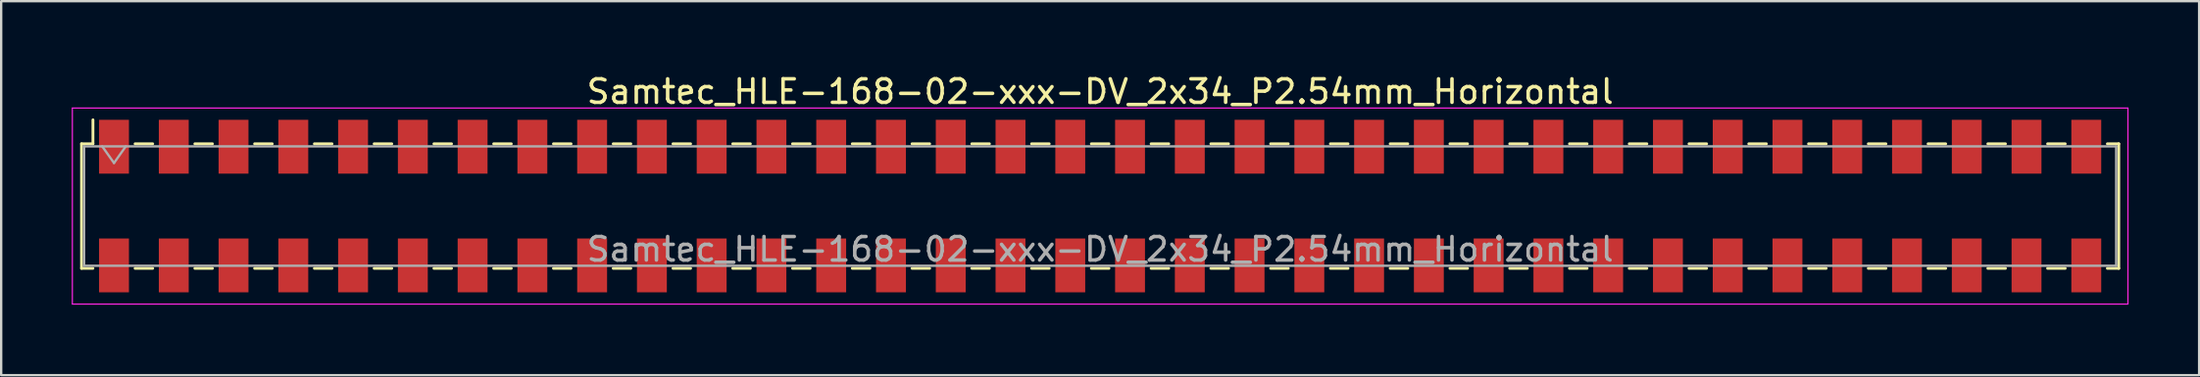
<source format=kicad_pcb>
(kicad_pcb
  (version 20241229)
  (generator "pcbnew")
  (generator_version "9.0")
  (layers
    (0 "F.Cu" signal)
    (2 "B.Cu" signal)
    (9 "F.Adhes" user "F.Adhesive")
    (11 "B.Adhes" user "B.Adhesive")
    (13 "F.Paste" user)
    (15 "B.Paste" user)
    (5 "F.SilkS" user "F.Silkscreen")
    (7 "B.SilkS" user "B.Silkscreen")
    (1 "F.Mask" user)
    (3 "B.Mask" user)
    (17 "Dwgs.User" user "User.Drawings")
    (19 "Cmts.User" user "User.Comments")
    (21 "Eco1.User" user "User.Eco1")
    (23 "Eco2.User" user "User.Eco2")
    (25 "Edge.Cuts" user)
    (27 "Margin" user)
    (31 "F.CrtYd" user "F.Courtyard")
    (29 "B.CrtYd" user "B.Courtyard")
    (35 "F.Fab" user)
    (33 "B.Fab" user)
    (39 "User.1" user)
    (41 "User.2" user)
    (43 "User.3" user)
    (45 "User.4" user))
  (footprint "Samtec_HLE-168-02-xxx-DV_2x34_P2.54mm_Horizontal"
    (layer "F.Cu")
    (at 43.705 5.718)
    (property "Reference" "Samtec_HLE-168-02-xxx-DV_2x34_P2.54mm_Horizontal" (at 0 -4.87 0) (layer "F.SilkS") (effects (font (size 1 1) (thickness 0.15))))
    (attr smd)
    (fp_line (start -43.29 -2.65) (end -43.29 2.65) (stroke (width 0.12) (type solid)) (layer "F.SilkS"))
    (fp_line (start -43.29 2.65) (end -42.805 2.65) (stroke (width 0.12) (type solid)) (layer "F.SilkS"))
    (fp_line (start -42.805 -3.67) (end -42.805 -2.65) (stroke (width 0.12) (type solid)) (layer "F.SilkS"))
    (fp_line (start -42.805 -2.65) (end -43.29 -2.65) (stroke (width 0.12) (type solid)) (layer "F.SilkS"))
    (fp_line (start -41.015 -2.65) (end -40.265 -2.65) (stroke (width 0.12) (type solid)) (layer "F.SilkS"))
    (fp_line (start -41.015 2.65) (end -40.265 2.65) (stroke (width 0.12) (type solid)) (layer "F.SilkS"))
    (fp_line (start -38.475 -2.65) (end -37.725 -2.65) (stroke (width 0.12) (type solid)) (layer "F.SilkS"))
    (fp_line (start -38.475 2.65) (end -37.725 2.65) (stroke (width 0.12) (type solid)) (layer "F.SilkS"))
    (fp_line (start -35.935 -2.65) (end -35.185 -2.65) (stroke (width 0.12) (type solid)) (layer "F.SilkS"))
    (fp_line (start -35.935 2.65) (end -35.185 2.65) (stroke (width 0.12) (type solid)) (layer "F.SilkS"))
    (fp_line (start -33.395 -2.65) (end -32.645 -2.65) (stroke (width 0.12) (type solid)) (layer "F.SilkS"))
    (fp_line (start -33.395 2.65) (end -32.645 2.65) (stroke (width 0.12) (type solid)) (layer "F.SilkS"))
    (fp_line (start -30.855 -2.65) (end -30.105 -2.65) (stroke (width 0.12) (type solid)) (layer "F.SilkS"))
    (fp_line (start -30.855 2.65) (end -30.105 2.65) (stroke (width 0.12) (type solid)) (layer "F.SilkS"))
    (fp_line (start -28.315 -2.65) (end -27.565 -2.65) (stroke (width 0.12) (type solid)) (layer "F.SilkS"))
    (fp_line (start -28.315 2.65) (end -27.565 2.65) (stroke (width 0.12) (type solid)) (layer "F.SilkS"))
    (fp_line (start -25.775 -2.65) (end -25.025 -2.65) (stroke (width 0.12) (type solid)) (layer "F.SilkS"))
    (fp_line (start -25.775 2.65) (end -25.025 2.65) (stroke (width 0.12) (type solid)) (layer "F.SilkS"))
    (fp_line (start -23.235 -2.65) (end -22.485 -2.65) (stroke (width 0.12) (type solid)) (layer "F.SilkS"))
    (fp_line (start -23.235 2.65) (end -22.485 2.65) (stroke (width 0.12) (type solid)) (layer "F.SilkS"))
    (fp_line (start -20.695 -2.65) (end -19.945 -2.65) (stroke (width 0.12) (type solid)) (layer "F.SilkS"))
    (fp_line (start -20.695 2.65) (end -19.945 2.65) (stroke (width 0.12) (type solid)) (layer "F.SilkS"))
    (fp_line (start -18.155 -2.65) (end -17.405 -2.65) (stroke (width 0.12) (type solid)) (layer "F.SilkS"))
    (fp_line (start -18.155 2.65) (end -17.405 2.65) (stroke (width 0.12) (type solid)) (layer "F.SilkS"))
    (fp_line (start -15.615 -2.65) (end -14.865 -2.65) (stroke (width 0.12) (type solid)) (layer "F.SilkS"))
    (fp_line (start -15.615 2.65) (end -14.865 2.65) (stroke (width 0.12) (type solid)) (layer "F.SilkS"))
    (fp_line (start -13.075 -2.65) (end -12.325 -2.65) (stroke (width 0.12) (type solid)) (layer "F.SilkS"))
    (fp_line (start -13.075 2.65) (end -12.325 2.65) (stroke (width 0.12) (type solid)) (layer "F.SilkS"))
    (fp_line (start -10.535 -2.65) (end -9.785 -2.65) (stroke (width 0.12) (type solid)) (layer "F.SilkS"))
    (fp_line (start -10.535 2.65) (end -9.785 2.65) (stroke (width 0.12) (type solid)) (layer "F.SilkS"))
    (fp_line (start -7.995 -2.65) (end -7.245 -2.65) (stroke (width 0.12) (type solid)) (layer "F.SilkS"))
    (fp_line (start -7.995 2.65) (end -7.245 2.65) (stroke (width 0.12) (type solid)) (layer "F.SilkS"))
    (fp_line (start -5.455 -2.65) (end -4.705 -2.65) (stroke (width 0.12) (type solid)) (layer "F.SilkS"))
    (fp_line (start -5.455 2.65) (end -4.705 2.65) (stroke (width 0.12) (type solid)) (layer "F.SilkS"))
    (fp_line (start -2.915 -2.65) (end -2.165 -2.65) (stroke (width 0.12) (type solid)) (layer "F.SilkS"))
    (fp_line (start -2.915 2.65) (end -2.165 2.65) (stroke (width 0.12) (type solid)) (layer "F.SilkS"))
    (fp_line (start -0.375 -2.65) (end 0.375 -2.65) (stroke (width 0.12) (type solid)) (layer "F.SilkS"))
    (fp_line (start -0.375 2.65) (end 0.375 2.65) (stroke (width 0.12) (type solid)) (layer "F.SilkS"))
    (fp_line (start 2.165 -2.65) (end 2.915 -2.65) (stroke (width 0.12) (type solid)) (layer "F.SilkS"))
    (fp_line (start 2.165 2.65) (end 2.915 2.65) (stroke (width 0.12) (type solid)) (layer "F.SilkS"))
    (fp_line (start 4.705 -2.65) (end 5.455 -2.65) (stroke (width 0.12) (type solid)) (layer "F.SilkS"))
    (fp_line (start 4.705 2.65) (end 5.455 2.65) (stroke (width 0.12) (type solid)) (layer "F.SilkS"))
    (fp_line (start 7.245 -2.65) (end 7.995 -2.65) (stroke (width 0.12) (type solid)) (layer "F.SilkS"))
    (fp_line (start 7.245 2.65) (end 7.995 2.65) (stroke (width 0.12) (type solid)) (layer "F.SilkS"))
    (fp_line (start 9.785 -2.65) (end 10.535 -2.65) (stroke (width 0.12) (type solid)) (layer "F.SilkS"))
    (fp_line (start 9.785 2.65) (end 10.535 2.65) (stroke (width 0.12) (type solid)) (layer "F.SilkS"))
    (fp_line (start 12.325 -2.65) (end 13.075 -2.65) (stroke (width 0.12) (type solid)) (layer "F.SilkS"))
    (fp_line (start 12.325 2.65) (end 13.075 2.65) (stroke (width 0.12) (type solid)) (layer "F.SilkS"))
    (fp_line (start 14.865 -2.65) (end 15.615 -2.65) (stroke (width 0.12) (type solid)) (layer "F.SilkS"))
    (fp_line (start 14.865 2.65) (end 15.615 2.65) (stroke (width 0.12) (type solid)) (layer "F.SilkS"))
    (fp_line (start 17.405 -2.65) (end 18.155 -2.65) (stroke (width 0.12) (type solid)) (layer "F.SilkS"))
    (fp_line (start 17.405 2.65) (end 18.155 2.65) (stroke (width 0.12) (type solid)) (layer "F.SilkS"))
    (fp_line (start 19.945 -2.65) (end 20.695 -2.65) (stroke (width 0.12) (type solid)) (layer "F.SilkS"))
    (fp_line (start 19.945 2.65) (end 20.695 2.65) (stroke (width 0.12) (type solid)) (layer "F.SilkS"))
    (fp_line (start 22.485 -2.65) (end 23.235 -2.65) (stroke (width 0.12) (type solid)) (layer "F.SilkS"))
    (fp_line (start 22.485 2.65) (end 23.235 2.65) (stroke (width 0.12) (type solid)) (layer "F.SilkS"))
    (fp_line (start 25.025 -2.65) (end 25.775 -2.65) (stroke (width 0.12) (type solid)) (layer "F.SilkS"))
    (fp_line (start 25.025 2.65) (end 25.775 2.65) (stroke (width 0.12) (type solid)) (layer "F.SilkS"))
    (fp_line (start 27.565 -2.65) (end 28.315 -2.65) (stroke (width 0.12) (type solid)) (layer "F.SilkS"))
    (fp_line (start 27.565 2.65) (end 28.315 2.65) (stroke (width 0.12) (type solid)) (layer "F.SilkS"))
    (fp_line (start 30.105 -2.65) (end 30.855 -2.65) (stroke (width 0.12) (type solid)) (layer "F.SilkS"))
    (fp_line (start 30.105 2.65) (end 30.855 2.65) (stroke (width 0.12) (type solid)) (layer "F.SilkS"))
    (fp_line (start 32.645 -2.65) (end 33.395 -2.65) (stroke (width 0.12) (type solid)) (layer "F.SilkS"))
    (fp_line (start 32.645 2.65) (end 33.395 2.65) (stroke (width 0.12) (type solid)) (layer "F.SilkS"))
    (fp_line (start 35.185 -2.65) (end 35.935 -2.65) (stroke (width 0.12) (type solid)) (layer "F.SilkS"))
    (fp_line (start 35.185 2.65) (end 35.935 2.65) (stroke (width 0.12) (type solid)) (layer "F.SilkS"))
    (fp_line (start 37.725 -2.65) (end 38.475 -2.65) (stroke (width 0.12) (type solid)) (layer "F.SilkS"))
    (fp_line (start 37.725 2.65) (end 38.475 2.65) (stroke (width 0.12) (type solid)) (layer "F.SilkS"))
    (fp_line (start 40.265 -2.65) (end 41.015 -2.65) (stroke (width 0.12) (type solid)) (layer "F.SilkS"))
    (fp_line (start 40.265 2.65) (end 41.015 2.65) (stroke (width 0.12) (type solid)) (layer "F.SilkS"))
    (fp_line (start 42.805 -2.65) (end 43.29 -2.65) (stroke (width 0.12) (type solid)) (layer "F.SilkS"))
    (fp_line (start 43.29 -2.65) (end 43.29 2.65) (stroke (width 0.12) (type solid)) (layer "F.SilkS"))
    (fp_line (start 43.29 2.65) (end 42.805 2.65) (stroke (width 0.12) (type solid)) (layer "F.SilkS"))
    (fp_line (start -43.68 -4.17) (end 43.68 -4.17) (stroke (width 0.05) (type solid)) (layer "F.CrtYd"))
    (fp_line (start -43.68 4.17) (end -43.68 -4.17) (stroke (width 0.05) (type solid)) (layer "F.CrtYd"))
    (fp_line (start 43.68 -4.17) (end 43.68 4.17) (stroke (width 0.05) (type solid)) (layer "F.CrtYd"))
    (fp_line (start 43.68 4.17) (end -43.68 4.17) (stroke (width 0.05) (type solid)) (layer "F.CrtYd"))
    (fp_line (start -43.18 -2.54) (end 43.18 -2.54) (stroke (width 0.1) (type solid)) (layer "F.Fab"))
    (fp_line (start -43.18 2.54) (end -43.18 -2.54) (stroke (width 0.1) (type solid)) (layer "F.Fab"))
    (fp_line (start -42.41 -2.54) (end -41.91 -1.833) (stroke (width 0.1) (type solid)) (layer "F.Fab"))
    (fp_line (start -41.91 -1.833) (end -41.41 -2.54) (stroke (width 0.1) (type solid)) (layer "F.Fab"))
    (fp_line (start 43.18 -2.54) (end 43.18 2.54) (stroke (width 0.1) (type solid)) (layer "F.Fab"))
    (fp_line (start 43.18 2.54) (end -43.18 2.54) (stroke (width 0.1) (type solid)) (layer "F.Fab"))
    (fp_text user "${REFERENCE}" (at 0 1.84 0) (layer "F.Fab") (effects (font (size 1 1) (thickness 0.15))))
    (pad "1" smd rect (at -41.91 -2.525) (size 1.27 2.29) (layers "F.Cu" "F.Mask" "F.Paste"))
    (pad "2" smd rect (at -41.91 2.525) (size 1.27 2.29) (layers "F.Cu" "F.Mask" "F.Paste"))
    (pad "3" smd rect (at -39.37 -2.525) (size 1.27 2.29) (layers "F.Cu" "F.Mask" "F.Paste"))
    (pad "4" smd rect (at -39.37 2.525) (size 1.27 2.29) (layers "F.Cu" "F.Mask" "F.Paste"))
    (pad "5" smd rect (at -36.83 -2.525) (size 1.27 2.29) (layers "F.Cu" "F.Mask" "F.Paste"))
    (pad "6" smd rect (at -36.83 2.525) (size 1.27 2.29) (layers "F.Cu" "F.Mask" "F.Paste"))
    (pad "7" smd rect (at -34.29 -2.525) (size 1.27 2.29) (layers "F.Cu" "F.Mask" "F.Paste"))
    (pad "8" smd rect (at -34.29 2.525) (size 1.27 2.29) (layers "F.Cu" "F.Mask" "F.Paste"))
    (pad "9" smd rect (at -31.75 -2.525) (size 1.27 2.29) (layers "F.Cu" "F.Mask" "F.Paste"))
    (pad "10" smd rect (at -31.75 2.525) (size 1.27 2.29) (layers "F.Cu" "F.Mask" "F.Paste"))
    (pad "11" smd rect (at -29.21 -2.525) (size 1.27 2.29) (layers "F.Cu" "F.Mask" "F.Paste"))
    (pad "12" smd rect (at -29.21 2.525) (size 1.27 2.29) (layers "F.Cu" "F.Mask" "F.Paste"))
    (pad "13" smd rect (at -26.67 -2.525) (size 1.27 2.29) (layers "F.Cu" "F.Mask" "F.Paste"))
    (pad "14" smd rect (at -26.67 2.525) (size 1.27 2.29) (layers "F.Cu" "F.Mask" "F.Paste"))
    (pad "15" smd rect (at -24.13 -2.525) (size 1.27 2.29) (layers "F.Cu" "F.Mask" "F.Paste"))
    (pad "16" smd rect (at -24.13 2.525) (size 1.27 2.29) (layers "F.Cu" "F.Mask" "F.Paste"))
    (pad "17" smd rect (at -21.59 -2.525) (size 1.27 2.29) (layers "F.Cu" "F.Mask" "F.Paste"))
    (pad "18" smd rect (at -21.59 2.525) (size 1.27 2.29) (layers "F.Cu" "F.Mask" "F.Paste"))
    (pad "19" smd rect (at -19.05 -2.525) (size 1.27 2.29) (layers "F.Cu" "F.Mask" "F.Paste"))
    (pad "20" smd rect (at -19.05 2.525) (size 1.27 2.29) (layers "F.Cu" "F.Mask" "F.Paste"))
    (pad "21" smd rect (at -16.51 -2.525) (size 1.27 2.29) (layers "F.Cu" "F.Mask" "F.Paste"))
    (pad "22" smd rect (at -16.51 2.525) (size 1.27 2.29) (layers "F.Cu" "F.Mask" "F.Paste"))
    (pad "23" smd rect (at -13.97 -2.525) (size 1.27 2.29) (layers "F.Cu" "F.Mask" "F.Paste"))
    (pad "24" smd rect (at -13.97 2.525) (size 1.27 2.29) (layers "F.Cu" "F.Mask" "F.Paste"))
    (pad "25" smd rect (at -11.43 -2.525) (size 1.27 2.29) (layers "F.Cu" "F.Mask" "F.Paste"))
    (pad "26" smd rect (at -11.43 2.525) (size 1.27 2.29) (layers "F.Cu" "F.Mask" "F.Paste"))
    (pad "27" smd rect (at -8.89 -2.525) (size 1.27 2.29) (layers "F.Cu" "F.Mask" "F.Paste"))
    (pad "28" smd rect (at -8.89 2.525) (size 1.27 2.29) (layers "F.Cu" "F.Mask" "F.Paste"))
    (pad "29" smd rect (at -6.35 -2.525) (size 1.27 2.29) (layers "F.Cu" "F.Mask" "F.Paste"))
    (pad "30" smd rect (at -6.35 2.525) (size 1.27 2.29) (layers "F.Cu" "F.Mask" "F.Paste"))
    (pad "31" smd rect (at -3.81 -2.525) (size 1.27 2.29) (layers "F.Cu" "F.Mask" "F.Paste"))
    (pad "32" smd rect (at -3.81 2.525) (size 1.27 2.29) (layers "F.Cu" "F.Mask" "F.Paste"))
    (pad "33" smd rect (at -1.27 -2.525) (size 1.27 2.29) (layers "F.Cu" "F.Mask" "F.Paste"))
    (pad "34" smd rect (at -1.27 2.525) (size 1.27 2.29) (layers "F.Cu" "F.Mask" "F.Paste"))
    (pad "35" smd rect (at 1.27 -2.525) (size 1.27 2.29) (layers "F.Cu" "F.Mask" "F.Paste"))
    (pad "36" smd rect (at 1.27 2.525) (size 1.27 2.29) (layers "F.Cu" "F.Mask" "F.Paste"))
    (pad "37" smd rect (at 3.81 -2.525) (size 1.27 2.29) (layers "F.Cu" "F.Mask" "F.Paste"))
    (pad "38" smd rect (at 3.81 2.525) (size 1.27 2.29) (layers "F.Cu" "F.Mask" "F.Paste"))
    (pad "39" smd rect (at 6.35 -2.525) (size 1.27 2.29) (layers "F.Cu" "F.Mask" "F.Paste"))
    (pad "40" smd rect (at 6.35 2.525) (size 1.27 2.29) (layers "F.Cu" "F.Mask" "F.Paste"))
    (pad "41" smd rect (at 8.89 -2.525) (size 1.27 2.29) (layers "F.Cu" "F.Mask" "F.Paste"))
    (pad "42" smd rect (at 8.89 2.525) (size 1.27 2.29) (layers "F.Cu" "F.Mask" "F.Paste"))
    (pad "43" smd rect (at 11.43 -2.525) (size 1.27 2.29) (layers "F.Cu" "F.Mask" "F.Paste"))
    (pad "44" smd rect (at 11.43 2.525) (size 1.27 2.29) (layers "F.Cu" "F.Mask" "F.Paste"))
    (pad "45" smd rect (at 13.97 -2.525) (size 1.27 2.29) (layers "F.Cu" "F.Mask" "F.Paste"))
    (pad "46" smd rect (at 13.97 2.525) (size 1.27 2.29) (layers "F.Cu" "F.Mask" "F.Paste"))
    (pad "47" smd rect (at 16.51 -2.525) (size 1.27 2.29) (layers "F.Cu" "F.Mask" "F.Paste"))
    (pad "48" smd rect (at 16.51 2.525) (size 1.27 2.29) (layers "F.Cu" "F.Mask" "F.Paste"))
    (pad "49" smd rect (at 19.05 -2.525) (size 1.27 2.29) (layers "F.Cu" "F.Mask" "F.Paste"))
    (pad "50" smd rect (at 19.05 2.525) (size 1.27 2.29) (layers "F.Cu" "F.Mask" "F.Paste"))
    (pad "51" smd rect (at 21.59 -2.525) (size 1.27 2.29) (layers "F.Cu" "F.Mask" "F.Paste"))
    (pad "52" smd rect (at 21.59 2.525) (size 1.27 2.29) (layers "F.Cu" "F.Mask" "F.Paste"))
    (pad "53" smd rect (at 24.13 -2.525) (size 1.27 2.29) (layers "F.Cu" "F.Mask" "F.Paste"))
    (pad "54" smd rect (at 24.13 2.525) (size 1.27 2.29) (layers "F.Cu" "F.Mask" "F.Paste"))
    (pad "55" smd rect (at 26.67 -2.525) (size 1.27 2.29) (layers "F.Cu" "F.Mask" "F.Paste"))
    (pad "56" smd rect (at 26.67 2.525) (size 1.27 2.29) (layers "F.Cu" "F.Mask" "F.Paste"))
    (pad "57" smd rect (at 29.21 -2.525) (size 1.27 2.29) (layers "F.Cu" "F.Mask" "F.Paste"))
    (pad "58" smd rect (at 29.21 2.525) (size 1.27 2.29) (layers "F.Cu" "F.Mask" "F.Paste"))
    (pad "59" smd rect (at 31.75 -2.525) (size 1.27 2.29) (layers "F.Cu" "F.Mask" "F.Paste"))
    (pad "60" smd rect (at 31.75 2.525) (size 1.27 2.29) (layers "F.Cu" "F.Mask" "F.Paste"))
    (pad "61" smd rect (at 34.29 -2.525) (size 1.27 2.29) (layers "F.Cu" "F.Mask" "F.Paste"))
    (pad "62" smd rect (at 34.29 2.525) (size 1.27 2.29) (layers "F.Cu" "F.Mask" "F.Paste"))
    (pad "63" smd rect (at 36.83 -2.525) (size 1.27 2.29) (layers "F.Cu" "F.Mask" "F.Paste"))
    (pad "64" smd rect (at 36.83 2.525) (size 1.27 2.29) (layers "F.Cu" "F.Mask" "F.Paste"))
    (pad "65" smd rect (at 39.37 -2.525) (size 1.27 2.29) (layers "F.Cu" "F.Mask" "F.Paste"))
    (pad "66" smd rect (at 39.37 2.525) (size 1.27 2.29) (layers "F.Cu" "F.Mask" "F.Paste"))
    (pad "67" smd rect (at 41.91 -2.525) (size 1.27 2.29) (layers "F.Cu" "F.Mask" "F.Paste"))
    (pad "68" smd rect (at 41.91 2.525) (size 1.27 2.29) (layers "F.Cu" "F.Mask" "F.Paste")))
  (gr_rect
    (start -3 -3)
    (end 90.41 12.913)
    (stroke (width 0.1) (type default))
    (fill no)
    (layer "Edge.Cuts")))
</source>
